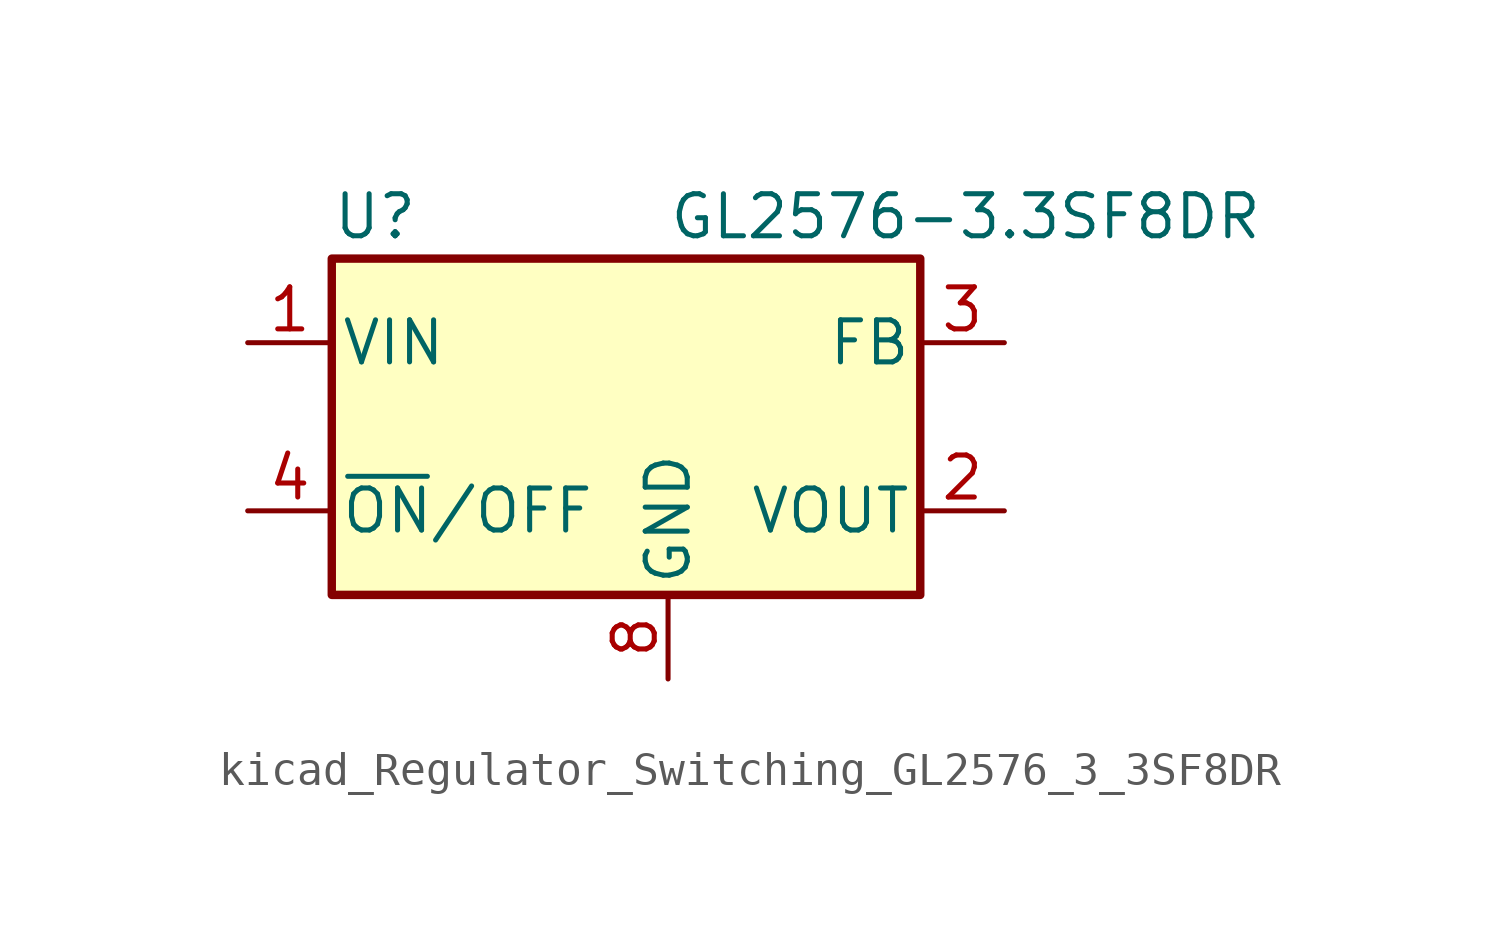
<source format=kicad_sym>
(kicad_symbol_lib
  (version 20220914)
  (generator kicad_symbol_editor)
  (symbol "kicad_Regulator_Switching_GL2576_3_3SF8DR"
    (pin_names
      (offset 0.254))
    (property "Reference" "U"
      (at -10.16 6.35 0)
      (effects (font (size 1.27 1.27)) (justify left)))
    (property "Value" "GL2576-3.3SF8DR"
      (at 0 6.35 0)
      (effects (font (size 1.27 1.27)) (justify left)))
    (symbol "kicad_Regulator_Switching_GL2576_3_3SF8DR_0_1"
      (rectangle (start -10.16 5.08) (end 7.62 -5.08) (stroke (width 0.254) (type default)) (fill (type background))))
    (symbol "kicad_Regulator_Switching_GL2576_3_3SF8DR_1_1"
      (pin power_in line (at -12.7 2.54 0) (length 2.54) (name "VIN" (effects (font (size 1.27 1.27)))) (number "1" (effects (font (size 1.27 1.27)))))
      (pin output line (at 10.16 -2.54 180) (length 2.54) (name "VOUT" (effects (font (size 1.27 1.27)))) (number "2" (effects (font (size 1.27 1.27)))))
      (pin passive line (at 10.16 2.54 180) (length 2.54) (name "FB" (effects (font (size 1.27 1.27)))) (number "3" (effects (font (size 1.27 1.27)))))
      (pin input line (at -12.7 -2.54 0) (length 2.54) (name "~{ON}/OFF" (effects (font (size 1.27 1.27)))) (number "4" (effects (font (size 1.27 1.27)))))
      (pin passive line (at 0 -7.62 90) (length 2.54) hide (name "GND" (effects (font (size 1.27 1.27)))) (number "5" (effects (font (size 1.27 1.27)))))
      (pin passive line (at 0 -7.62 90) (length 2.54) hide (name "GND" (effects (font (size 1.27 1.27)))) (number "6" (effects (font (size 1.27 1.27)))))
      (pin passive line (at 0 -7.62 90) (length 2.54) hide (name "GND" (effects (font (size 1.27 1.27)))) (number "7" (effects (font (size 1.27 1.27)))))
      (pin power_in line (at 0 -7.62 90) (length 2.54) (name "GND" (effects (font (size 1.27 1.27)))) (number "8" (effects (font (size 1.27 1.27))))))))
</source>
